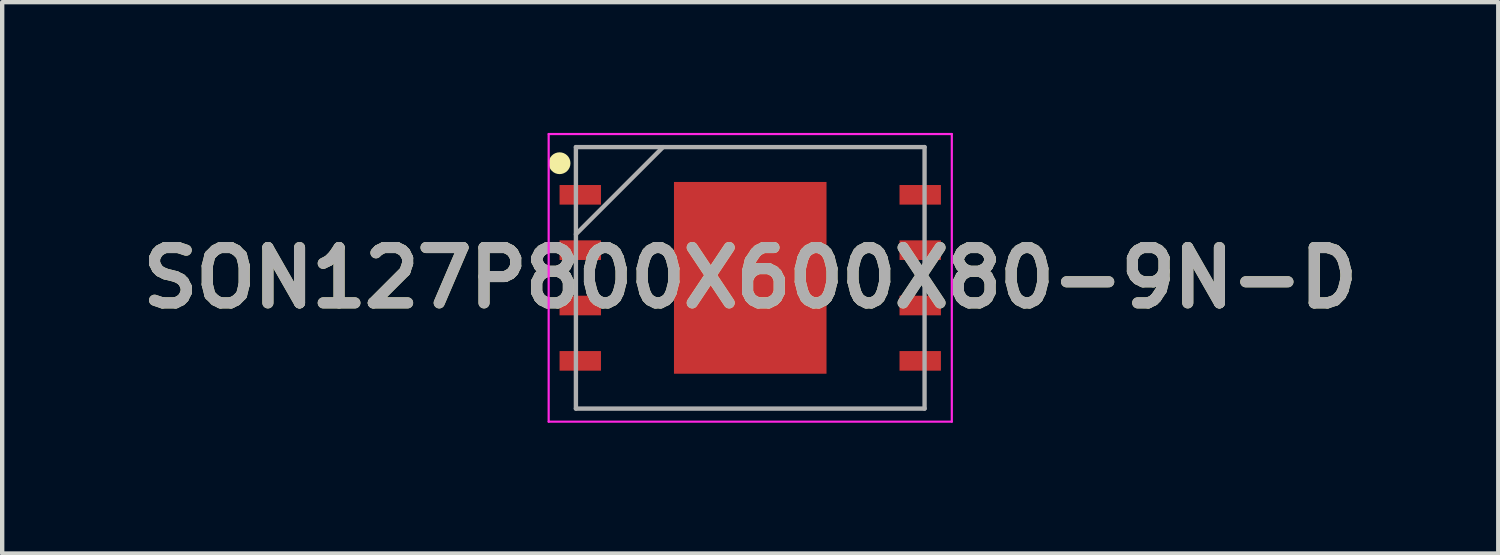
<source format=kicad_pcb>
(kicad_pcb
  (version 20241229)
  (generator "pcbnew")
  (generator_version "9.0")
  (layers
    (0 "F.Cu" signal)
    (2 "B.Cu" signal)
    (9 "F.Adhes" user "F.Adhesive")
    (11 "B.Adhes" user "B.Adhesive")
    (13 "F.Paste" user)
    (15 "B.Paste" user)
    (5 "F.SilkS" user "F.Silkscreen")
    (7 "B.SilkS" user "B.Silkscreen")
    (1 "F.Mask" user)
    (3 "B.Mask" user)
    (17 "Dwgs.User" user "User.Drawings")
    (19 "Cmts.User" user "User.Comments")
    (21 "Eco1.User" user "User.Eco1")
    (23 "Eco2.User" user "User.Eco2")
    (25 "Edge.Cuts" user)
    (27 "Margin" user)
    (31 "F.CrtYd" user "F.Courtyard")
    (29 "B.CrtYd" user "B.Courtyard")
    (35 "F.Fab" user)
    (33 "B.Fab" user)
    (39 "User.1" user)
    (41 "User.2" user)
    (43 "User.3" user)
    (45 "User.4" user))
  (footprint "SON127P800X600X80-9N-D"
    (layer "F.Cu")
    (at 14.164 3.325)
    (property "Reference" "SON127P800X600X80-9N-D" (at 0 0 0) (layer "F.SilkS") (effects (font (size 1.27 1.27) (thickness 0.254))))
    (attr smd)
    (fp_circle (center -4.375 -2.63) (end -4.375 -2.505) (stroke (width 0.25) (type solid)) (fill no) (layer "F.SilkS"))
    (fp_line (start -4.625 -3.3) (end 4.625 -3.3) (stroke (width 0.05) (type solid)) (layer "F.CrtYd"))
    (fp_line (start -4.625 3.3) (end -4.625 -3.3) (stroke (width 0.05) (type solid)) (layer "F.CrtYd"))
    (fp_line (start 4.625 -3.3) (end 4.625 3.3) (stroke (width 0.05) (type solid)) (layer "F.CrtYd"))
    (fp_line (start 4.625 3.3) (end -4.625 3.3) (stroke (width 0.05) (type solid)) (layer "F.CrtYd"))
    (fp_line (start -4 -3) (end 4 -3) (stroke (width 0.1) (type solid)) (layer "F.Fab"))
    (fp_line (start -4 -1) (end -2 -3) (stroke (width 0.1) (type solid)) (layer "F.Fab"))
    (fp_line (start -4 3) (end -4 -3) (stroke (width 0.1) (type solid)) (layer "F.Fab"))
    (fp_line (start 4 -3) (end 4 3) (stroke (width 0.1) (type solid)) (layer "F.Fab"))
    (fp_line (start 4 3) (end -4 3) (stroke (width 0.1) (type solid)) (layer "F.Fab"))
    (fp_text user "${REFERENCE}" (at 0 0 0) (layer "F.Fab") (effects (font (size 1.27 1.27) (thickness 0.254))))
    (pad "1" smd rect (at -3.9 -1.905 90) (size 0.45 0.95) (layers "F.Cu" "F.Mask" "F.Paste"))
    (pad "2" smd rect (at -3.9 -0.635 90) (size 0.45 0.95) (layers "F.Cu" "F.Mask" "F.Paste"))
    (pad "3" smd rect (at -3.9 0.635 90) (size 0.45 0.95) (layers "F.Cu" "F.Mask" "F.Paste"))
    (pad "4" smd rect (at -3.9 1.905 90) (size 0.45 0.95) (layers "F.Cu" "F.Mask" "F.Paste"))
    (pad "5" smd rect (at 3.9 1.905 90) (size 0.45 0.95) (layers "F.Cu" "F.Mask" "F.Paste"))
    (pad "6" smd rect (at 3.9 0.635 90) (size 0.45 0.95) (layers "F.Cu" "F.Mask" "F.Paste"))
    (pad "7" smd rect (at 3.9 -0.635 90) (size 0.45 0.95) (layers "F.Cu" "F.Mask" "F.Paste"))
    (pad "8" smd rect (at 3.9 -1.905 90) (size 0.45 0.95) (layers "F.Cu" "F.Mask" "F.Paste"))
    (pad "9" smd rect (at 0 0) (size 3.5 4.4) (layers "F.Cu" "F.Mask" "F.Paste")))
  (gr_rect
    (start -3 -3)
    (end 31.327 9.65)
    (stroke (width 0.1) (type default))
    (fill no)
    (layer "Edge.Cuts")))
</source>
